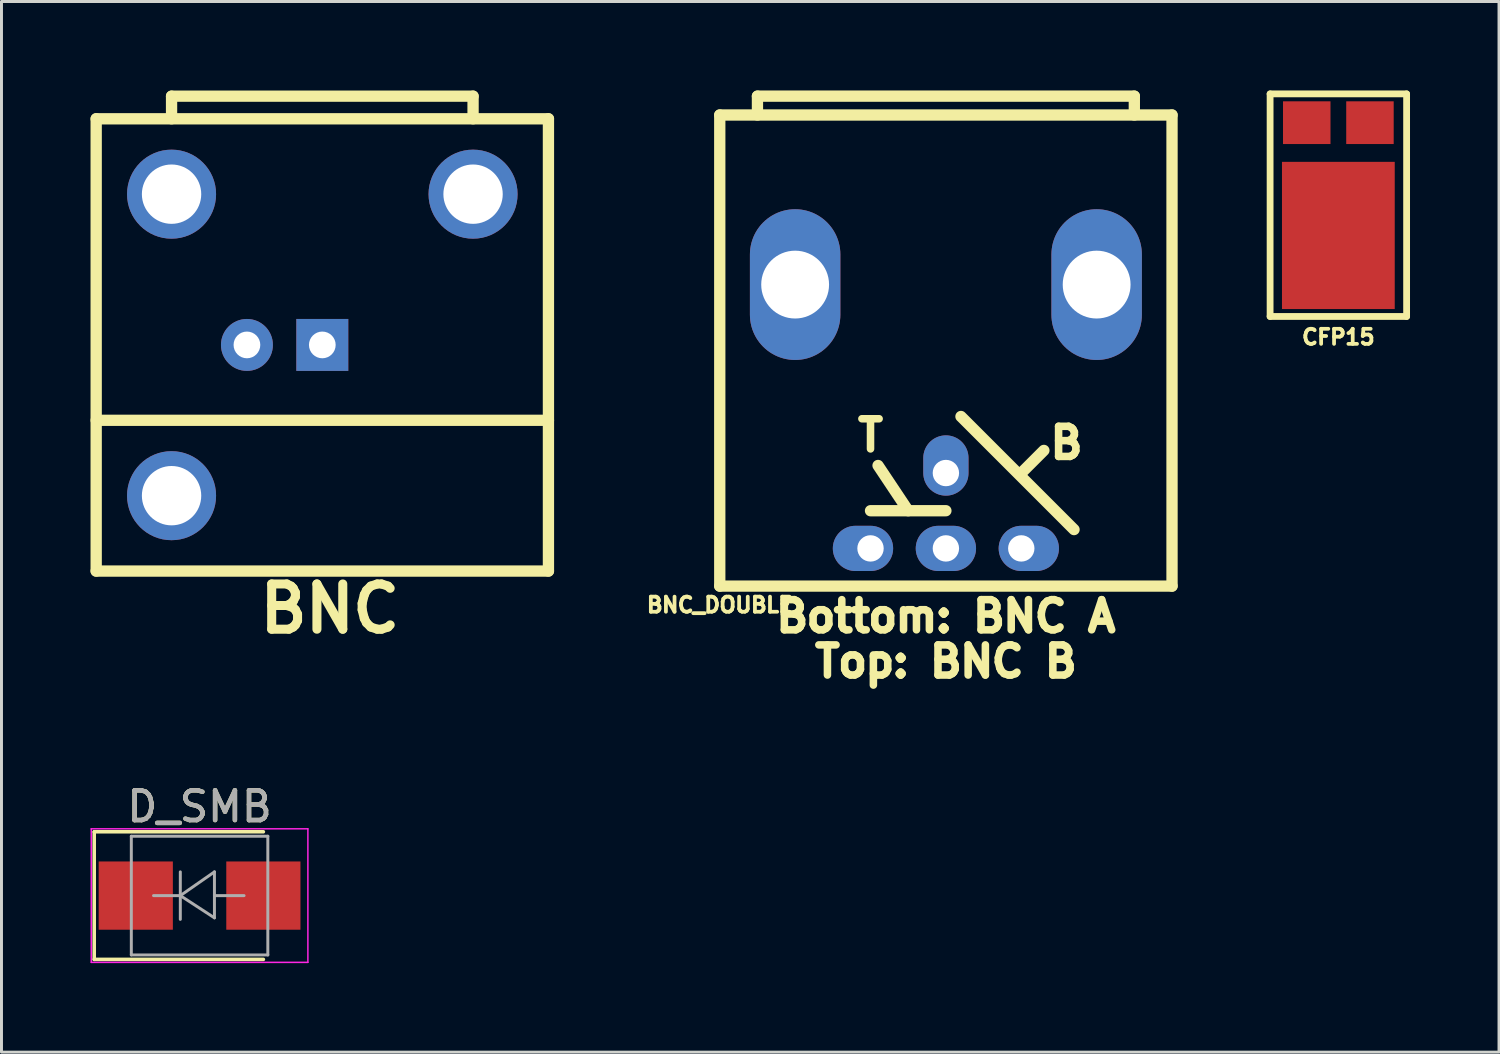
<source format=kicad_pcb>
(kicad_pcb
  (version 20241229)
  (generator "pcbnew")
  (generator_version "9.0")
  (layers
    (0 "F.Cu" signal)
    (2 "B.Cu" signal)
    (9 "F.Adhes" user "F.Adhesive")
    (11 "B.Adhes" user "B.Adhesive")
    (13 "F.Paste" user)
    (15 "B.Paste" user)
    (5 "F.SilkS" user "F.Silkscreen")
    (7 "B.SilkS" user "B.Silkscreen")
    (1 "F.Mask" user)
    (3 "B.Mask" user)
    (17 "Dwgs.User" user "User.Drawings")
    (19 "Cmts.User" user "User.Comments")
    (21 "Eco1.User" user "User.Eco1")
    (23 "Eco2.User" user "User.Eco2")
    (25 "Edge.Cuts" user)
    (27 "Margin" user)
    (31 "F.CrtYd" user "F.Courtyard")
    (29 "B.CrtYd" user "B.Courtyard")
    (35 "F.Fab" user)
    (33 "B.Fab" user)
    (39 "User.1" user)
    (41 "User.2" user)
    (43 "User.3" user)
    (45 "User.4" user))
  (footprint "D_SMB"
    (layer "F.Cu")
    (at 3.675 27.129)
    (property "Reference" "D_SMB" (at 0 -3 0) (layer "F.SilkS") (effects (font (size 1 1) (thickness 0.15))))
    (attr smd)
    (fp_line (start -3.55 -2.15) (end -3.55 2.15) (stroke (width 0.12) (type solid)) (layer "F.SilkS"))
    (fp_line (start -3.55 -2.15) (end 2.15 -2.15) (stroke (width 0.12) (type solid)) (layer "F.SilkS"))
    (fp_line (start -3.55 2.15) (end 2.15 2.15) (stroke (width 0.12) (type solid)) (layer "F.SilkS"))
    (fp_line (start -3.65 -2.25) (end 3.65 -2.25) (stroke (width 0.05) (type solid)) (layer "F.CrtYd"))
    (fp_line (start -3.65 2.25) (end -3.65 -2.25) (stroke (width 0.05) (type solid)) (layer "F.CrtYd"))
    (fp_line (start 3.65 -2.25) (end 3.65 2.25) (stroke (width 0.05) (type solid)) (layer "F.CrtYd"))
    (fp_line (start 3.65 2.25) (end -3.65 2.25) (stroke (width 0.05) (type solid)) (layer "F.CrtYd"))
    (fp_line (start -2.3 2) (end -2.3 -2) (stroke (width 0.1) (type solid)) (layer "F.Fab"))
    (fp_line (start -0.649 -0.799) (end -0.649 0.801) (stroke (width 0.1) (type solid)) (layer "F.Fab"))
    (fp_line (start -0.649 0.001) (end -1.551 0.001) (stroke (width 0.1) (type solid)) (layer "F.Fab"))
    (fp_line (start -0.649 0.001) (end 0.501 -0.799) (stroke (width 0.1) (type solid)) (layer "F.Fab"))
    (fp_line (start -0.649 0.001) (end 0.501 0.75) (stroke (width 0.1) (type solid)) (layer "F.Fab"))
    (fp_line (start 0.501 0.001) (end 1.499 0.001) (stroke (width 0.1) (type solid)) (layer "F.Fab"))
    (fp_line (start 0.501 0.75) (end 0.501 -0.799) (stroke (width 0.1) (type solid)) (layer "F.Fab"))
    (fp_line (start 2.3 -2) (end -2.3 -2) (stroke (width 0.1) (type solid)) (layer "F.Fab"))
    (fp_line (start 2.3 -2) (end 2.3 2) (stroke (width 0.1) (type solid)) (layer "F.Fab"))
    (fp_line (start 2.3 2) (end -2.3 2) (stroke (width 0.1) (type solid)) (layer "F.Fab"))
    (fp_text user "${REFERENCE}" (at 0 -3 0) (layer "F.Fab") (effects (font (size 1 1) (thickness 0.15))))
    (pad "1" smd rect (at -2.15 0) (size 2.5 2.3) (layers "F.Cu" "F.Mask" "F.Paste"))
    (pad "2" smd rect (at 2.15 0) (size 2.5 2.3) (layers "F.Cu" "F.Mask" "F.Paste")))
  (footprint "CFP15"
    (layer "F.Cu")
    (at 42.049 3.864)
    (property "Reference" "CFP15" (at 0 4.445 0) (layer "F.SilkS") (effects (font (size 0.508 0.508) (thickness 0.127))))
    (attr through_hole)
    (fp_line (start -2.3 -3.75) (end 2.3 -3.75) (stroke (width 0.229) (type solid)) (layer "F.SilkS"))
    (fp_line (start -2.3 3.75) (end -2.3 -3.75) (stroke (width 0.229) (type solid)) (layer "F.SilkS"))
    (fp_line (start 2.3 -3.75) (end 2.3 3.75) (stroke (width 0.229) (type solid)) (layer "F.SilkS"))
    (fp_line (start 2.3 3.75) (end -2.3 3.75) (stroke (width 0.229) (type solid)) (layer "F.SilkS"))
    (pad "1" smd rect (at 0 1.02) (size 3.8 4.96) (layers "F.Cu" "F.Mask" "F.Paste"))
    (pad "2" smd rect (at -1.065 -2.78) (size 1.6 1.44) (layers "F.Cu" "F.Mask" "F.Paste"))
    (pad "2" smd rect (at 1.065 -2.78) (size 1.6 1.44) (layers "F.Cu" "F.Mask" "F.Paste")))
  (footprint "BNC"
    (layer "F.Cu")
    (at 7.811 3.493)
    (property "Reference" "BNC" (at 0.254 13.97 0) (layer "F.SilkS") (effects (font (size 1.524 1.524) (thickness 0.305))))
    (attr through_hole)
    (fp_line (start -7.62 -2.54) (end -7.62 12.7) (stroke (width 0.381) (type solid)) (layer "F.SilkS"))
    (fp_line (start -7.62 -2.54) (end 7.62 -2.54) (stroke (width 0.381) (type solid)) (layer "F.SilkS"))
    (fp_line (start -7.62 7.62) (end 7.62 7.62) (stroke (width 0.381) (type solid)) (layer "F.SilkS"))
    (fp_line (start -7.62 12.7) (end 7.62 12.7) (stroke (width 0.381) (type solid)) (layer "F.SilkS"))
    (fp_line (start -5.08 -3.302) (end 5.08 -3.302) (stroke (width 0.381) (type solid)) (layer "F.SilkS"))
    (fp_line (start -5.08 -2.54) (end -5.08 -3.302) (stroke (width 0.381) (type solid)) (layer "F.SilkS"))
    (fp_line (start 5.08 -3.302) (end 5.08 -2.54) (stroke (width 0.381) (type solid)) (layer "F.SilkS"))
    (fp_line (start 7.62 -2.54) (end 7.62 12.7) (stroke (width 0.381) (type solid)) (layer "F.SilkS"))
    (pad "" thru_hole circle (at -5.08 0) (size 3 3) (drill 2) (layers "*.Cu" "*.Mask"))
    (pad "" thru_hole circle (at -5.08 10.16) (size 3 3) (drill 2) (layers "*.Cu" "*.Mask"))
    (pad "" thru_hole circle (at 5.08 0) (size 3 3) (drill 2) (layers "*.Cu" "*.Mask"))
    (pad "1" thru_hole rect (at 0 5.08) (size 1.75 1.75) (drill 0.9) (layers "*.Cu" "*.Mask"))
    (pad "2" thru_hole circle (at -2.54 5.08) (size 1.75 1.75) (drill 0.9) (layers "*.Cu" "*.Mask")))
  (footprint "BNC_DOUBLE"
    (layer "F.Cu")
    (at 28.824 6.54)
    (property "Reference" "BNC_DOUBLE" (at -7.62 10.795 180) (layer "F.SilkS") (effects (font (size 0.508 0.508) (thickness 0.127))))
    (attr through_hole)
    (fp_line (start -7.62 -5.715) (end -7.62 10.16) (stroke (width 0.381) (type solid)) (layer "F.SilkS"))
    (fp_line (start -7.62 10.16) (end 7.62 10.16) (stroke (width 0.381) (type solid)) (layer "F.SilkS"))
    (fp_line (start -6.35 -6.35) (end 6.35 -6.35) (stroke (width 0.381) (type solid)) (layer "F.SilkS"))
    (fp_line (start -6.35 -5.715) (end -6.35 -6.35) (stroke (width 0.381) (type solid)) (layer "F.SilkS"))
    (fp_line (start -1.27 7.62) (end -2.286 6.096) (stroke (width 0.381) (type solid)) (layer "F.SilkS"))
    (fp_line (start 0 7.62) (end -2.54 7.62) (stroke (width 0.381) (type solid)) (layer "F.SilkS"))
    (fp_line (start 2.54 6.35) (end 3.302 5.588) (stroke (width 0.381) (type solid)) (layer "F.SilkS"))
    (fp_line (start 4.318 8.255) (end 0.508 4.445) (stroke (width 0.381) (type solid)) (layer "F.SilkS"))
    (fp_line (start 6.35 -6.35) (end 6.35 -5.715) (stroke (width 0.381) (type solid)) (layer "F.SilkS"))
    (fp_line (start 7.62 -5.715) (end -7.62 -5.715) (stroke (width 0.381) (type solid)) (layer "F.SilkS"))
    (fp_line (start 7.62 10.16) (end 7.62 -5.715) (stroke (width 0.381) (type solid)) (layer "F.SilkS"))
    (fp_text user "Bottom: BNC A" (at 0 11.176 0) (layer "F.SilkS") (effects (font (size 1.016 1.016) (thickness 0.254))))
    (fp_text user "T" (at -2.54 5.08 0) (layer "F.SilkS") (effects (font (size 1.016 1.016) (thickness 0.254))))
    (fp_text user "B" (at 4.064 5.334 0) (layer "F.SilkS") (effects (font (size 1.016 1.016) (thickness 0.254))))
    (fp_text user "Top: BNC B" (at 0 12.7 0) (layer "F.SilkS") (effects (font (size 1.016 1.016) (thickness 0.254))))
    (pad "" thru_hole oval (at -5.08 0) (size 3.048 5.08) (drill 2.286) (layers "*.Cu" "*.Mask"))
    (pad "" thru_hole oval (at 5.08 0) (size 3.048 5.08) (drill 2.286) (layers "*.Cu" "*.Mask"))
    (pad "1" thru_hole oval (at 0 6.35) (size 1.524 2.032) (drill 0.889 (offset 0 -0.254)) (layers "*.Cu" "*.Mask"))
    (pad "2" thru_hole oval (at 2.54 8.89) (size 2.032 1.524) (drill 0.889 (offset 0.254 0)) (layers "*.Cu" "*.Mask"))
    (pad "3" thru_hole oval (at 0 8.89) (size 2.032 1.524) (drill 0.889) (layers "*.Cu" "*.Mask"))
    (pad "4" thru_hole oval (at -2.54 8.89) (size 2.032 1.524) (drill 0.889 (offset -0.254 0)) (layers "*.Cu" "*.Mask")))
  (gr_rect
    (start -3 -3)
    (end 47.463 32.404)
    (stroke (width 0.1) (type default))
    (fill no)
    (layer "Edge.Cuts")))
</source>
